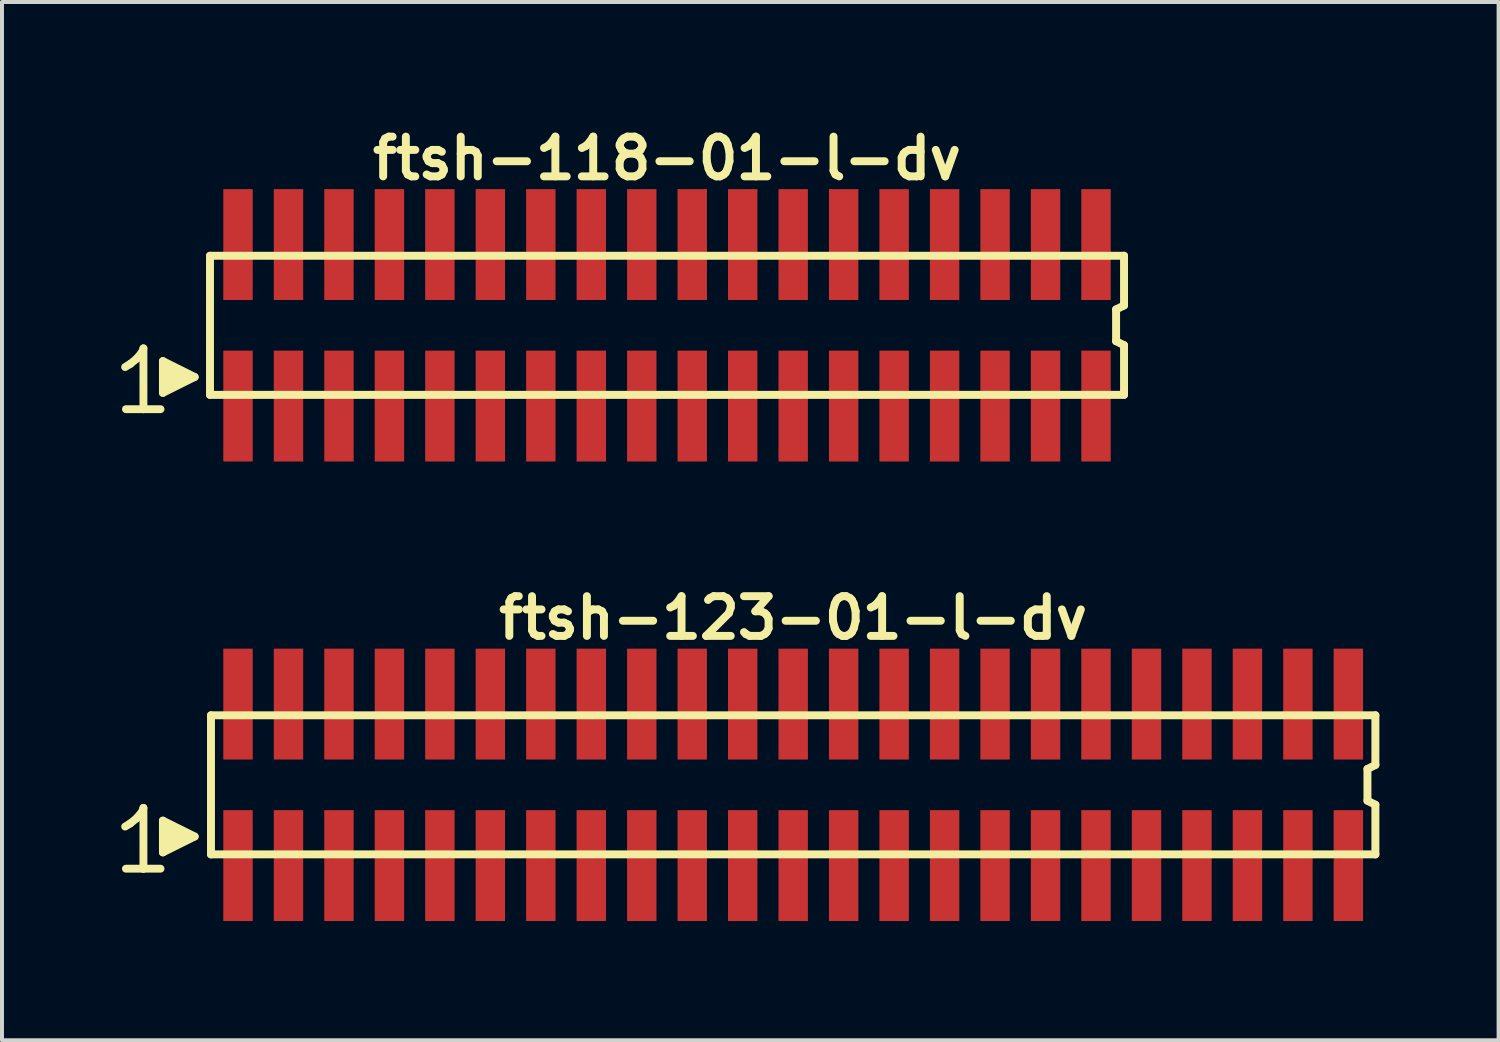
<source format=kicad_pcb>
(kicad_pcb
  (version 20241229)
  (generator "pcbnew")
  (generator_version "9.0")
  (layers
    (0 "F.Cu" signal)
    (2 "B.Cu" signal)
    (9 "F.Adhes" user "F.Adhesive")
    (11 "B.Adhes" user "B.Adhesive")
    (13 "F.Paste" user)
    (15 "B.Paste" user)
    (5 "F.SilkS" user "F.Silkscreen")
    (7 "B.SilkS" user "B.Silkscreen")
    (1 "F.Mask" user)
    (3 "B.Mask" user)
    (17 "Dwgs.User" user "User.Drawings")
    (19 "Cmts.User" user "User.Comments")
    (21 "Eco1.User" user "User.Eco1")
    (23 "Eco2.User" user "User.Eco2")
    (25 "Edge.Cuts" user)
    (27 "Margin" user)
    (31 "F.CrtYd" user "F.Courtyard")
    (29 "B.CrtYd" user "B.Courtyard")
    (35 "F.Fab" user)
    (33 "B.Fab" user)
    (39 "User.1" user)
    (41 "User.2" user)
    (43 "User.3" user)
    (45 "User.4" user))
  (footprint "ftsh-123-01-l-dv"
    (layer "F.Cu")
    (at 16.909 16.699)
    (property "Reference" "ftsh-123-01-l-dv" (at 0 -4.2 0) (layer "F.SilkS") (effects (font (size 1 1) (thickness 0.2))))
    (attr through_hole)
    (fp_line (start -16.81 1.05) (end -16.68 0.97) (stroke (width 0.198) (type solid)) (layer "F.SilkS"))
    (fp_line (start -16.68 0.97) (end -16.52 0.84) (stroke (width 0.198) (type solid)) (layer "F.SilkS"))
    (fp_line (start -16.52 0.84) (end -16.38 0.67) (stroke (width 0.198) (type solid)) (layer "F.SilkS"))
    (fp_line (start -16.38 0.67) (end -16.35 0.58) (stroke (width 0.198) (type solid)) (layer "F.SilkS"))
    (fp_line (start -16.35 0.58) (end -16.35 2.11) (stroke (width 0.198) (type solid)) (layer "F.SilkS"))
    (fp_line (start -16.35 2.11) (end -16.79 2.11) (stroke (width 0.198) (type solid)) (layer "F.SilkS"))
    (fp_line (start -15.92 2.11) (end -16.36 2.11) (stroke (width 0.198) (type solid)) (layer "F.SilkS"))
    (fp_line (start -15.86 0.9) (end -15.06 1.3) (stroke (width 0.198) (type solid)) (layer "F.SilkS"))
    (fp_line (start -15.86 1.7) (end -15.86 0.9) (stroke (width 0.198) (type solid)) (layer "F.SilkS"))
    (fp_line (start -15.76 1.6) (end -15.76 1) (stroke (width 0.198) (type solid)) (layer "F.SilkS"))
    (fp_line (start -15.66 1.1) (end -15.66 1.5) (stroke (width 0.198) (type solid)) (layer "F.SilkS"))
    (fp_line (start -15.56 1.5) (end -15.56 1.1) (stroke (width 0.198) (type solid)) (layer "F.SilkS"))
    (fp_line (start -15.46 1.2) (end -15.46 1.4) (stroke (width 0.198) (type solid)) (layer "F.SilkS"))
    (fp_line (start -15.36 1.4) (end -15.36 1.2) (stroke (width 0.198) (type solid)) (layer "F.SilkS"))
    (fp_line (start -15.06 1.3) (end -15.86 1.7) (stroke (width 0.198) (type solid)) (layer "F.SilkS"))
    (fp_line (start -14.65 -1.75) (end -14.65 1.75) (stroke (width 0.2) (type solid)) (layer "F.SilkS"))
    (fp_line (start -14.65 -1.75) (end 14.65 -1.75) (stroke (width 0.2) (type solid)) (layer "F.SilkS"))
    (fp_line (start -14.65 1.75) (end 14.65 1.75) (stroke (width 0.2) (type solid)) (layer "F.SilkS"))
    (fp_line (start 14.45 -0.4) (end 14.45 0.4) (stroke (width 0.2) (type solid)) (layer "F.SilkS"))
    (fp_line (start 14.45 0.4) (end 14.65 0.5) (stroke (width 0.2) (type solid)) (layer "F.SilkS"))
    (fp_line (start 14.65 -0.5) (end 14.45 -0.4) (stroke (width 0.2) (type solid)) (layer "F.SilkS"))
    (fp_line (start 14.65 -0.5) (end 14.65 -1.75) (stroke (width 0.2) (type solid)) (layer "F.SilkS"))
    (fp_line (start 14.65 0.5) (end 14.65 1.75) (stroke (width 0.2) (type solid)) (layer "F.SilkS"))
    (pad "1" smd rect (at -13.97 2.032) (size 0.74 2.79) (layers "F.Cu" "F.Mask" "F.Paste"))
    (pad "2" smd rect (at -13.97 -2.032) (size 0.74 2.79) (layers "F.Cu" "F.Mask" "F.Paste"))
    (pad "3" smd rect (at -12.7 2.032) (size 0.74 2.79) (layers "F.Cu" "F.Mask" "F.Paste"))
    (pad "4" smd rect (at -12.7 -2.032) (size 0.74 2.79) (layers "F.Cu" "F.Mask" "F.Paste"))
    (pad "5" smd rect (at -11.43 2.032) (size 0.74 2.79) (layers "F.Cu" "F.Mask" "F.Paste"))
    (pad "6" smd rect (at -11.43 -2.032) (size 0.74 2.79) (layers "F.Cu" "F.Mask" "F.Paste"))
    (pad "7" smd rect (at -10.16 2.032) (size 0.74 2.79) (layers "F.Cu" "F.Mask" "F.Paste"))
    (pad "8" smd rect (at -10.16 -2.032) (size 0.74 2.79) (layers "F.Cu" "F.Mask" "F.Paste"))
    (pad "9" smd rect (at -8.89 2.032) (size 0.74 2.79) (layers "F.Cu" "F.Mask" "F.Paste"))
    (pad "10" smd rect (at -8.89 -2.032) (size 0.74 2.79) (layers "F.Cu" "F.Mask" "F.Paste"))
    (pad "11" smd rect (at -7.62 2.032) (size 0.74 2.79) (layers "F.Cu" "F.Mask" "F.Paste"))
    (pad "12" smd rect (at -7.62 -2.032) (size 0.74 2.79) (layers "F.Cu" "F.Mask" "F.Paste"))
    (pad "13" smd rect (at -6.35 2.032) (size 0.74 2.79) (layers "F.Cu" "F.Mask" "F.Paste"))
    (pad "14" smd rect (at -6.35 -2.032) (size 0.74 2.79) (layers "F.Cu" "F.Mask" "F.Paste"))
    (pad "15" smd rect (at -5.08 2.032) (size 0.74 2.79) (layers "F.Cu" "F.Mask" "F.Paste"))
    (pad "16" smd rect (at -5.08 -2.032) (size 0.74 2.79) (layers "F.Cu" "F.Mask" "F.Paste"))
    (pad "17" smd rect (at -3.81 2.032) (size 0.74 2.79) (layers "F.Cu" "F.Mask" "F.Paste"))
    (pad "18" smd rect (at -3.81 -2.032) (size 0.74 2.79) (layers "F.Cu" "F.Mask" "F.Paste"))
    (pad "19" smd rect (at -2.54 2.032) (size 0.74 2.79) (layers "F.Cu" "F.Mask" "F.Paste"))
    (pad "20" smd rect (at -2.54 -2.032) (size 0.74 2.79) (layers "F.Cu" "F.Mask" "F.Paste"))
    (pad "21" smd rect (at -1.27 2.032) (size 0.74 2.79) (layers "F.Cu" "F.Mask" "F.Paste"))
    (pad "22" smd rect (at -1.27 -2.032) (size 0.74 2.79) (layers "F.Cu" "F.Mask" "F.Paste"))
    (pad "23" smd rect (at 0 2.032) (size 0.74 2.79) (layers "F.Cu" "F.Mask" "F.Paste"))
    (pad "24" smd rect (at 0 -2.032) (size 0.74 2.79) (layers "F.Cu" "F.Mask" "F.Paste"))
    (pad "25" smd rect (at 1.27 2.032) (size 0.74 2.79) (layers "F.Cu" "F.Mask" "F.Paste"))
    (pad "26" smd rect (at 1.27 -2.032) (size 0.74 2.79) (layers "F.Cu" "F.Mask" "F.Paste"))
    (pad "27" smd rect (at 2.54 2.032) (size 0.74 2.79) (layers "F.Cu" "F.Mask" "F.Paste"))
    (pad "28" smd rect (at 2.54 -2.032) (size 0.74 2.79) (layers "F.Cu" "F.Mask" "F.Paste"))
    (pad "29" smd rect (at 3.81 2.032) (size 0.74 2.79) (layers "F.Cu" "F.Mask" "F.Paste"))
    (pad "30" smd rect (at 3.81 -2.032) (size 0.74 2.79) (layers "F.Cu" "F.Mask" "F.Paste"))
    (pad "31" smd rect (at 5.08 2.032) (size 0.74 2.79) (layers "F.Cu" "F.Mask" "F.Paste"))
    (pad "32" smd rect (at 5.08 -2.032) (size 0.74 2.79) (layers "F.Cu" "F.Mask" "F.Paste"))
    (pad "33" smd rect (at 6.35 2.032) (size 0.74 2.79) (layers "F.Cu" "F.Mask" "F.Paste"))
    (pad "34" smd rect (at 6.35 -2.032) (size 0.74 2.79) (layers "F.Cu" "F.Mask" "F.Paste"))
    (pad "35" smd rect (at 7.62 2.032) (size 0.74 2.79) (layers "F.Cu" "F.Mask" "F.Paste"))
    (pad "36" smd rect (at 7.62 -2.032) (size 0.74 2.79) (layers "F.Cu" "F.Mask" "F.Paste"))
    (pad "37" smd rect (at 8.89 2.032) (size 0.74 2.79) (layers "F.Cu" "F.Mask" "F.Paste"))
    (pad "38" smd rect (at 8.89 -2.032) (size 0.74 2.79) (layers "F.Cu" "F.Mask" "F.Paste"))
    (pad "39" smd rect (at 10.16 2.032) (size 0.74 2.79) (layers "F.Cu" "F.Mask" "F.Paste"))
    (pad "40" smd rect (at 10.16 -2.032) (size 0.74 2.79) (layers "F.Cu" "F.Mask" "F.Paste"))
    (pad "41" smd rect (at 11.43 2.032) (size 0.74 2.79) (layers "F.Cu" "F.Mask" "F.Paste"))
    (pad "42" smd rect (at 11.43 -2.032) (size 0.74 2.79) (layers "F.Cu" "F.Mask" "F.Paste"))
    (pad "43" smd rect (at 12.7 2.032) (size 0.74 2.79) (layers "F.Cu" "F.Mask" "F.Paste"))
    (pad "44" smd rect (at 12.7 -2.032) (size 0.74 2.79) (layers "F.Cu" "F.Mask" "F.Paste"))
    (pad "45" smd rect (at 13.97 2.032) (size 0.74 2.79) (layers "F.Cu" "F.Mask" "F.Paste"))
    (pad "46" smd rect (at 13.97 -2.032) (size 0.74 2.79) (layers "F.Cu" "F.Mask" "F.Paste")))
  (footprint "ftsh-118-01-l-dv"
    (layer "F.Cu")
    (at 13.734 5.136)
    (property "Reference" "ftsh-118-01-l-dv" (at 0 -4.2 0) (layer "F.SilkS") (effects (font (size 1 1) (thickness 0.2))))
    (attr through_hole)
    (fp_line (start -13.635 1.05) (end -13.505 0.97) (stroke (width 0.198) (type solid)) (layer "F.SilkS"))
    (fp_line (start -13.505 0.97) (end -13.345 0.84) (stroke (width 0.198) (type solid)) (layer "F.SilkS"))
    (fp_line (start -13.345 0.84) (end -13.205 0.67) (stroke (width 0.198) (type solid)) (layer "F.SilkS"))
    (fp_line (start -13.205 0.67) (end -13.175 0.58) (stroke (width 0.198) (type solid)) (layer "F.SilkS"))
    (fp_line (start -13.175 0.58) (end -13.175 2.11) (stroke (width 0.198) (type solid)) (layer "F.SilkS"))
    (fp_line (start -13.175 2.11) (end -13.615 2.11) (stroke (width 0.198) (type solid)) (layer "F.SilkS"))
    (fp_line (start -12.745 2.11) (end -13.185 2.11) (stroke (width 0.198) (type solid)) (layer "F.SilkS"))
    (fp_line (start -12.685 0.9) (end -11.885 1.3) (stroke (width 0.198) (type solid)) (layer "F.SilkS"))
    (fp_line (start -12.685 1.7) (end -12.685 0.9) (stroke (width 0.198) (type solid)) (layer "F.SilkS"))
    (fp_line (start -12.585 1.6) (end -12.585 1) (stroke (width 0.198) (type solid)) (layer "F.SilkS"))
    (fp_line (start -12.485 1.1) (end -12.485 1.5) (stroke (width 0.198) (type solid)) (layer "F.SilkS"))
    (fp_line (start -12.385 1.5) (end -12.385 1.1) (stroke (width 0.198) (type solid)) (layer "F.SilkS"))
    (fp_line (start -12.285 1.2) (end -12.285 1.4) (stroke (width 0.198) (type solid)) (layer "F.SilkS"))
    (fp_line (start -12.185 1.4) (end -12.185 1.2) (stroke (width 0.198) (type solid)) (layer "F.SilkS"))
    (fp_line (start -11.885 1.3) (end -12.685 1.7) (stroke (width 0.198) (type solid)) (layer "F.SilkS"))
    (fp_line (start -11.5 -1.75) (end -11.5 1.75) (stroke (width 0.2) (type solid)) (layer "F.SilkS"))
    (fp_line (start -11.5 -1.75) (end 11.5 -1.75) (stroke (width 0.2) (type solid)) (layer "F.SilkS"))
    (fp_line (start -11.5 1.75) (end 11.5 1.75) (stroke (width 0.2) (type solid)) (layer "F.SilkS"))
    (fp_line (start 11.3 -0.4) (end 11.3 0.4) (stroke (width 0.2) (type solid)) (layer "F.SilkS"))
    (fp_line (start 11.3 0.4) (end 11.5 0.5) (stroke (width 0.2) (type solid)) (layer "F.SilkS"))
    (fp_line (start 11.5 -0.5) (end 11.3 -0.4) (stroke (width 0.2) (type solid)) (layer "F.SilkS"))
    (fp_line (start 11.5 -0.5) (end 11.5 -1.75) (stroke (width 0.2) (type solid)) (layer "F.SilkS"))
    (fp_line (start 11.5 0.5) (end 11.5 1.75) (stroke (width 0.2) (type solid)) (layer "F.SilkS"))
    (pad "1" smd rect (at -10.795 2.032) (size 0.74 2.79) (layers "F.Cu" "F.Mask" "F.Paste"))
    (pad "2" smd rect (at -10.795 -2.032) (size 0.74 2.79) (layers "F.Cu" "F.Mask" "F.Paste"))
    (pad "3" smd rect (at -9.525 2.032) (size 0.74 2.79) (layers "F.Cu" "F.Mask" "F.Paste"))
    (pad "4" smd rect (at -9.525 -2.032) (size 0.74 2.79) (layers "F.Cu" "F.Mask" "F.Paste"))
    (pad "5" smd rect (at -8.255 2.032) (size 0.74 2.79) (layers "F.Cu" "F.Mask" "F.Paste"))
    (pad "6" smd rect (at -8.255 -2.032) (size 0.74 2.79) (layers "F.Cu" "F.Mask" "F.Paste"))
    (pad "7" smd rect (at -6.985 2.032) (size 0.74 2.79) (layers "F.Cu" "F.Mask" "F.Paste"))
    (pad "8" smd rect (at -6.985 -2.032) (size 0.74 2.79) (layers "F.Cu" "F.Mask" "F.Paste"))
    (pad "9" smd rect (at -5.715 2.032) (size 0.74 2.79) (layers "F.Cu" "F.Mask" "F.Paste"))
    (pad "10" smd rect (at -5.715 -2.032) (size 0.74 2.79) (layers "F.Cu" "F.Mask" "F.Paste"))
    (pad "11" smd rect (at -4.445 2.032) (size 0.74 2.79) (layers "F.Cu" "F.Mask" "F.Paste"))
    (pad "12" smd rect (at -4.445 -2.032) (size 0.74 2.79) (layers "F.Cu" "F.Mask" "F.Paste"))
    (pad "13" smd rect (at -3.175 2.032) (size 0.74 2.79) (layers "F.Cu" "F.Mask" "F.Paste"))
    (pad "14" smd rect (at -3.175 -2.032) (size 0.74 2.79) (layers "F.Cu" "F.Mask" "F.Paste"))
    (pad "15" smd rect (at -1.905 2.032) (size 0.74 2.79) (layers "F.Cu" "F.Mask" "F.Paste"))
    (pad "16" smd rect (at -1.905 -2.032) (size 0.74 2.79) (layers "F.Cu" "F.Mask" "F.Paste"))
    (pad "17" smd rect (at -0.635 2.032) (size 0.74 2.79) (layers "F.Cu" "F.Mask" "F.Paste"))
    (pad "18" smd rect (at -0.635 -2.032) (size 0.74 2.79) (layers "F.Cu" "F.Mask" "F.Paste"))
    (pad "19" smd rect (at 0.635 2.032) (size 0.74 2.79) (layers "F.Cu" "F.Mask" "F.Paste"))
    (pad "20" smd rect (at 0.635 -2.032) (size 0.74 2.79) (layers "F.Cu" "F.Mask" "F.Paste"))
    (pad "21" smd rect (at 1.905 2.032) (size 0.74 2.79) (layers "F.Cu" "F.Mask" "F.Paste"))
    (pad "22" smd rect (at 1.905 -2.032) (size 0.74 2.79) (layers "F.Cu" "F.Mask" "F.Paste"))
    (pad "23" smd rect (at 3.175 2.032) (size 0.74 2.79) (layers "F.Cu" "F.Mask" "F.Paste"))
    (pad "24" smd rect (at 3.175 -2.032) (size 0.74 2.79) (layers "F.Cu" "F.Mask" "F.Paste"))
    (pad "25" smd rect (at 4.445 2.032) (size 0.74 2.79) (layers "F.Cu" "F.Mask" "F.Paste"))
    (pad "26" smd rect (at 4.445 -2.032) (size 0.74 2.79) (layers "F.Cu" "F.Mask" "F.Paste"))
    (pad "27" smd rect (at 5.715 2.032) (size 0.74 2.79) (layers "F.Cu" "F.Mask" "F.Paste"))
    (pad "28" smd rect (at 5.715 -2.032) (size 0.74 2.79) (layers "F.Cu" "F.Mask" "F.Paste"))
    (pad "29" smd rect (at 6.985 2.032) (size 0.74 2.79) (layers "F.Cu" "F.Mask" "F.Paste"))
    (pad "30" smd rect (at 6.985 -2.032) (size 0.74 2.79) (layers "F.Cu" "F.Mask" "F.Paste"))
    (pad "31" smd rect (at 8.255 2.032) (size 0.74 2.79) (layers "F.Cu" "F.Mask" "F.Paste"))
    (pad "32" smd rect (at 8.255 -2.032) (size 0.74 2.79) (layers "F.Cu" "F.Mask" "F.Paste"))
    (pad "33" smd rect (at 9.525 2.032) (size 0.74 2.79) (layers "F.Cu" "F.Mask" "F.Paste"))
    (pad "34" smd rect (at 9.525 -2.032) (size 0.74 2.79) (layers "F.Cu" "F.Mask" "F.Paste"))
    (pad "35" smd rect (at 10.795 2.032) (size 0.74 2.79) (layers "F.Cu" "F.Mask" "F.Paste"))
    (pad "36" smd rect (at 10.795 -2.032) (size 0.74 2.79) (layers "F.Cu" "F.Mask" "F.Paste")))
  (gr_rect
    (start -3 -3)
    (end 34.659 23.126)
    (stroke (width 0.1) (type default))
    (fill no)
    (layer "Edge.Cuts")))
</source>
